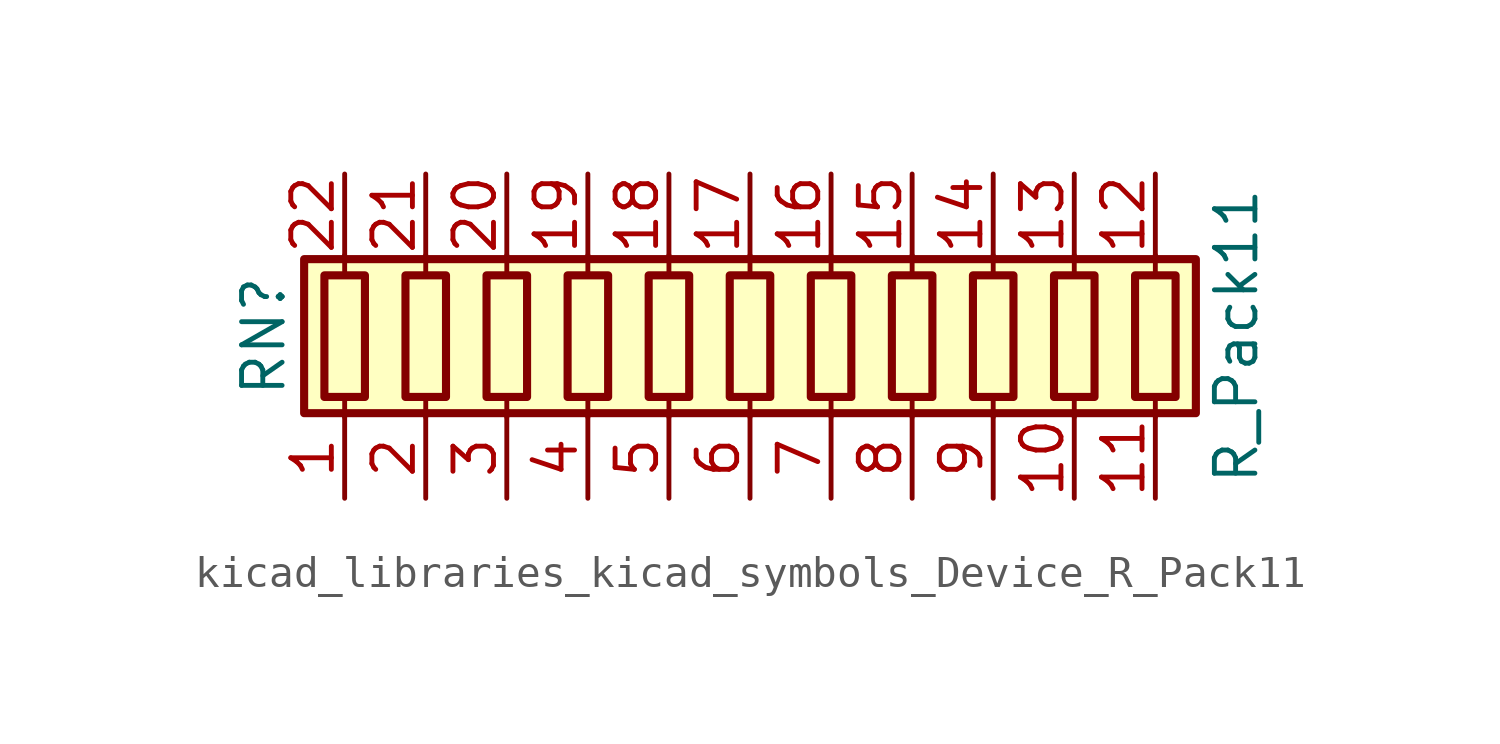
<source format=kicad_sym>
(kicad_symbol_lib
  (version 20220914)
  (generator kicad_symbol_editor)
  (symbol "kicad_libraries_kicad_symbols_Device_R_Pack11"
    (pin_names
      (offset 0) hide)
    (property "Reference" "RN"
      (at -15.24 0 90)
      (effects (font (size 1.27 1.27))))
    (property "Value" "R_Pack11"
      (at 15.24 0 90)
      (effects (font (size 1.27 1.27))))
    (symbol "kicad_libraries_kicad_symbols_Device_R_Pack11_0_1"
      (rectangle (start -13.97 -2.413) (end 13.97 2.413) (stroke (width 0.254) (type default)) (fill (type background)))
      (rectangle (start -13.335 1.905) (end -12.065 -1.905) (stroke (width 0.254) (type default)) (fill (type none)))
      (rectangle (start -10.795 1.905) (end -9.525 -1.905) (stroke (width 0.254) (type default)) (fill (type none)))
      (rectangle (start -8.255 1.905) (end -6.985 -1.905) (stroke (width 0.254) (type default)) (fill (type none)))
      (rectangle (start -5.715 1.905) (end -4.445 -1.905) (stroke (width 0.254) (type default)) (fill (type none)))
      (rectangle (start -3.175 1.905) (end -1.905 -1.905) (stroke (width 0.254) (type default)) (fill (type none)))
      (rectangle (start -0.635 1.905) (end 0.635 -1.905) (stroke (width 0.254) (type default)) (fill (type none)))
      (polyline (pts (xy -12.7 -2.54) (xy -12.7 -1.905)) (stroke (width 0) (type default)) (fill (type none)))
      (polyline (pts (xy -12.7 1.905) (xy -12.7 2.54)) (stroke (width 0) (type default)) (fill (type none)))
      (polyline (pts (xy -10.16 -2.54) (xy -10.16 -1.905)) (stroke (width 0) (type default)) (fill (type none)))
      (polyline (pts (xy -10.16 1.905) (xy -10.16 2.54)) (stroke (width 0) (type default)) (fill (type none)))
      (polyline (pts (xy -7.62 -2.54) (xy -7.62 -1.905)) (stroke (width 0) (type default)) (fill (type none)))
      (polyline (pts (xy -7.62 1.905) (xy -7.62 2.54)) (stroke (width 0) (type default)) (fill (type none)))
      (polyline (pts (xy -5.08 -2.54) (xy -5.08 -1.905)) (stroke (width 0) (type default)) (fill (type none)))
      (polyline (pts (xy -5.08 1.905) (xy -5.08 2.54)) (stroke (width 0) (type default)) (fill (type none)))
      (polyline (pts (xy -2.54 -2.54) (xy -2.54 -1.905)) (stroke (width 0) (type default)) (fill (type none)))
      (polyline (pts (xy -2.54 1.905) (xy -2.54 2.54)) (stroke (width 0) (type default)) (fill (type none)))
      (polyline (pts (xy 0 -2.54) (xy 0 -1.905)) (stroke (width 0) (type default)) (fill (type none)))
      (polyline (pts (xy 0 1.905) (xy 0 2.54)) (stroke (width 0) (type default)) (fill (type none)))
      (polyline (pts (xy 2.54 -2.54) (xy 2.54 -1.905)) (stroke (width 0) (type default)) (fill (type none)))
      (polyline (pts (xy 2.54 1.905) (xy 2.54 2.54)) (stroke (width 0) (type default)) (fill (type none)))
      (polyline (pts (xy 5.08 -2.54) (xy 5.08 -1.905)) (stroke (width 0) (type default)) (fill (type none)))
      (polyline (pts (xy 5.08 1.905) (xy 5.08 2.54)) (stroke (width 0) (type default)) (fill (type none)))
      (polyline (pts (xy 7.62 -2.54) (xy 7.62 -1.905)) (stroke (width 0) (type default)) (fill (type none)))
      (polyline (pts (xy 7.62 1.905) (xy 7.62 2.54)) (stroke (width 0) (type default)) (fill (type none)))
      (polyline (pts (xy 10.16 -2.54) (xy 10.16 -1.905)) (stroke (width 0) (type default)) (fill (type none)))
      (polyline (pts (xy 10.16 1.905) (xy 10.16 2.54)) (stroke (width 0) (type default)) (fill (type none)))
      (polyline (pts (xy 12.7 -2.54) (xy 12.7 -1.905)) (stroke (width 0) (type default)) (fill (type none)))
      (polyline (pts (xy 12.7 1.905) (xy 12.7 2.54)) (stroke (width 0) (type default)) (fill (type none)))
      (rectangle (start 1.905 1.905) (end 3.175 -1.905) (stroke (width 0.254) (type default)) (fill (type none)))
      (rectangle (start 4.445 1.905) (end 5.715 -1.905) (stroke (width 0.254) (type default)) (fill (type none)))
      (rectangle (start 6.985 1.905) (end 8.255 -1.905) (stroke (width 0.254) (type default)) (fill (type none)))
      (rectangle (start 9.525 1.905) (end 10.795 -1.905) (stroke (width 0.254) (type default)) (fill (type none)))
      (rectangle (start 12.065 1.905) (end 13.335 -1.905) (stroke (width 0.254) (type default)) (fill (type none))))
    (symbol "kicad_libraries_kicad_symbols_Device_R_Pack11_1_1"
      (pin passive line (at -12.7 -5.08 90) (length 2.54) (name "R1.1" (effects (font (size 1.27 1.27)))) (number "1" (effects (font (size 1.27 1.27)))))
      (pin passive line (at 10.16 -5.08 90) (length 2.54) (name "R10.1" (effects (font (size 1.27 1.27)))) (number "10" (effects (font (size 1.27 1.27)))))
      (pin passive line (at 12.7 -5.08 90) (length 2.54) (name "R11.1" (effects (font (size 1.27 1.27)))) (number "11" (effects (font (size 1.27 1.27)))))
      (pin passive line (at 12.7 5.08 270) (length 2.54) (name "R11.2" (effects (font (size 1.27 1.27)))) (number "12" (effects (font (size 1.27 1.27)))))
      (pin passive line (at 10.16 5.08 270) (length 2.54) (name "R10.2" (effects (font (size 1.27 1.27)))) (number "13" (effects (font (size 1.27 1.27)))))
      (pin passive line (at 7.62 5.08 270) (length 2.54) (name "R9.2" (effects (font (size 1.27 1.27)))) (number "14" (effects (font (size 1.27 1.27)))))
      (pin passive line (at 5.08 5.08 270) (length 2.54) (name "R8.2" (effects (font (size 1.27 1.27)))) (number "15" (effects (font (size 1.27 1.27)))))
      (pin passive line (at 2.54 5.08 270) (length 2.54) (name "R7.2" (effects (font (size 1.27 1.27)))) (number "16" (effects (font (size 1.27 1.27)))))
      (pin passive line (at 0 5.08 270) (length 2.54) (name "R6.2" (effects (font (size 1.27 1.27)))) (number "17" (effects (font (size 1.27 1.27)))))
      (pin passive line (at -2.54 5.08 270) (length 2.54) (name "R5.2" (effects (font (size 1.27 1.27)))) (number "18" (effects (font (size 1.27 1.27)))))
      (pin passive line (at -5.08 5.08 270) (length 2.54) (name "R4.2" (effects (font (size 1.27 1.27)))) (number "19" (effects (font (size 1.27 1.27)))))
      (pin passive line (at -10.16 -5.08 90) (length 2.54) (name "R2.1" (effects (font (size 1.27 1.27)))) (number "2" (effects (font (size 1.27 1.27)))))
      (pin passive line (at -7.62 5.08 270) (length 2.54) (name "R3.2" (effects (font (size 1.27 1.27)))) (number "20" (effects (font (size 1.27 1.27)))))
      (pin passive line (at -10.16 5.08 270) (length 2.54) (name "R2.2" (effects (font (size 1.27 1.27)))) (number "21" (effects (font (size 1.27 1.27)))))
      (pin passive line (at -12.7 5.08 270) (length 2.54) (name "R1.2" (effects (font (size 1.27 1.27)))) (number "22" (effects (font (size 1.27 1.27)))))
      (pin passive line (at -7.62 -5.08 90) (length 2.54) (name "R3.1" (effects (font (size 1.27 1.27)))) (number "3" (effects (font (size 1.27 1.27)))))
      (pin passive line (at -5.08 -5.08 90) (length 2.54) (name "R4.1" (effects (font (size 1.27 1.27)))) (number "4" (effects (font (size 1.27 1.27)))))
      (pin passive line (at -2.54 -5.08 90) (length 2.54) (name "R5.1" (effects (font (size 1.27 1.27)))) (number "5" (effects (font (size 1.27 1.27)))))
      (pin passive line (at 0 -5.08 90) (length 2.54) (name "R6.1" (effects (font (size 1.27 1.27)))) (number "6" (effects (font (size 1.27 1.27)))))
      (pin passive line (at 2.54 -5.08 90) (length 2.54) (name "R7.1" (effects (font (size 1.27 1.27)))) (number "7" (effects (font (size 1.27 1.27)))))
      (pin passive line (at 5.08 -5.08 90) (length 2.54) (name "R8.1" (effects (font (size 1.27 1.27)))) (number "8" (effects (font (size 1.27 1.27)))))
      (pin passive line (at 7.62 -5.08 90) (length 2.54) (name "R9.1" (effects (font (size 1.27 1.27)))) (number "9" (effects (font (size 1.27 1.27))))))))
</source>
